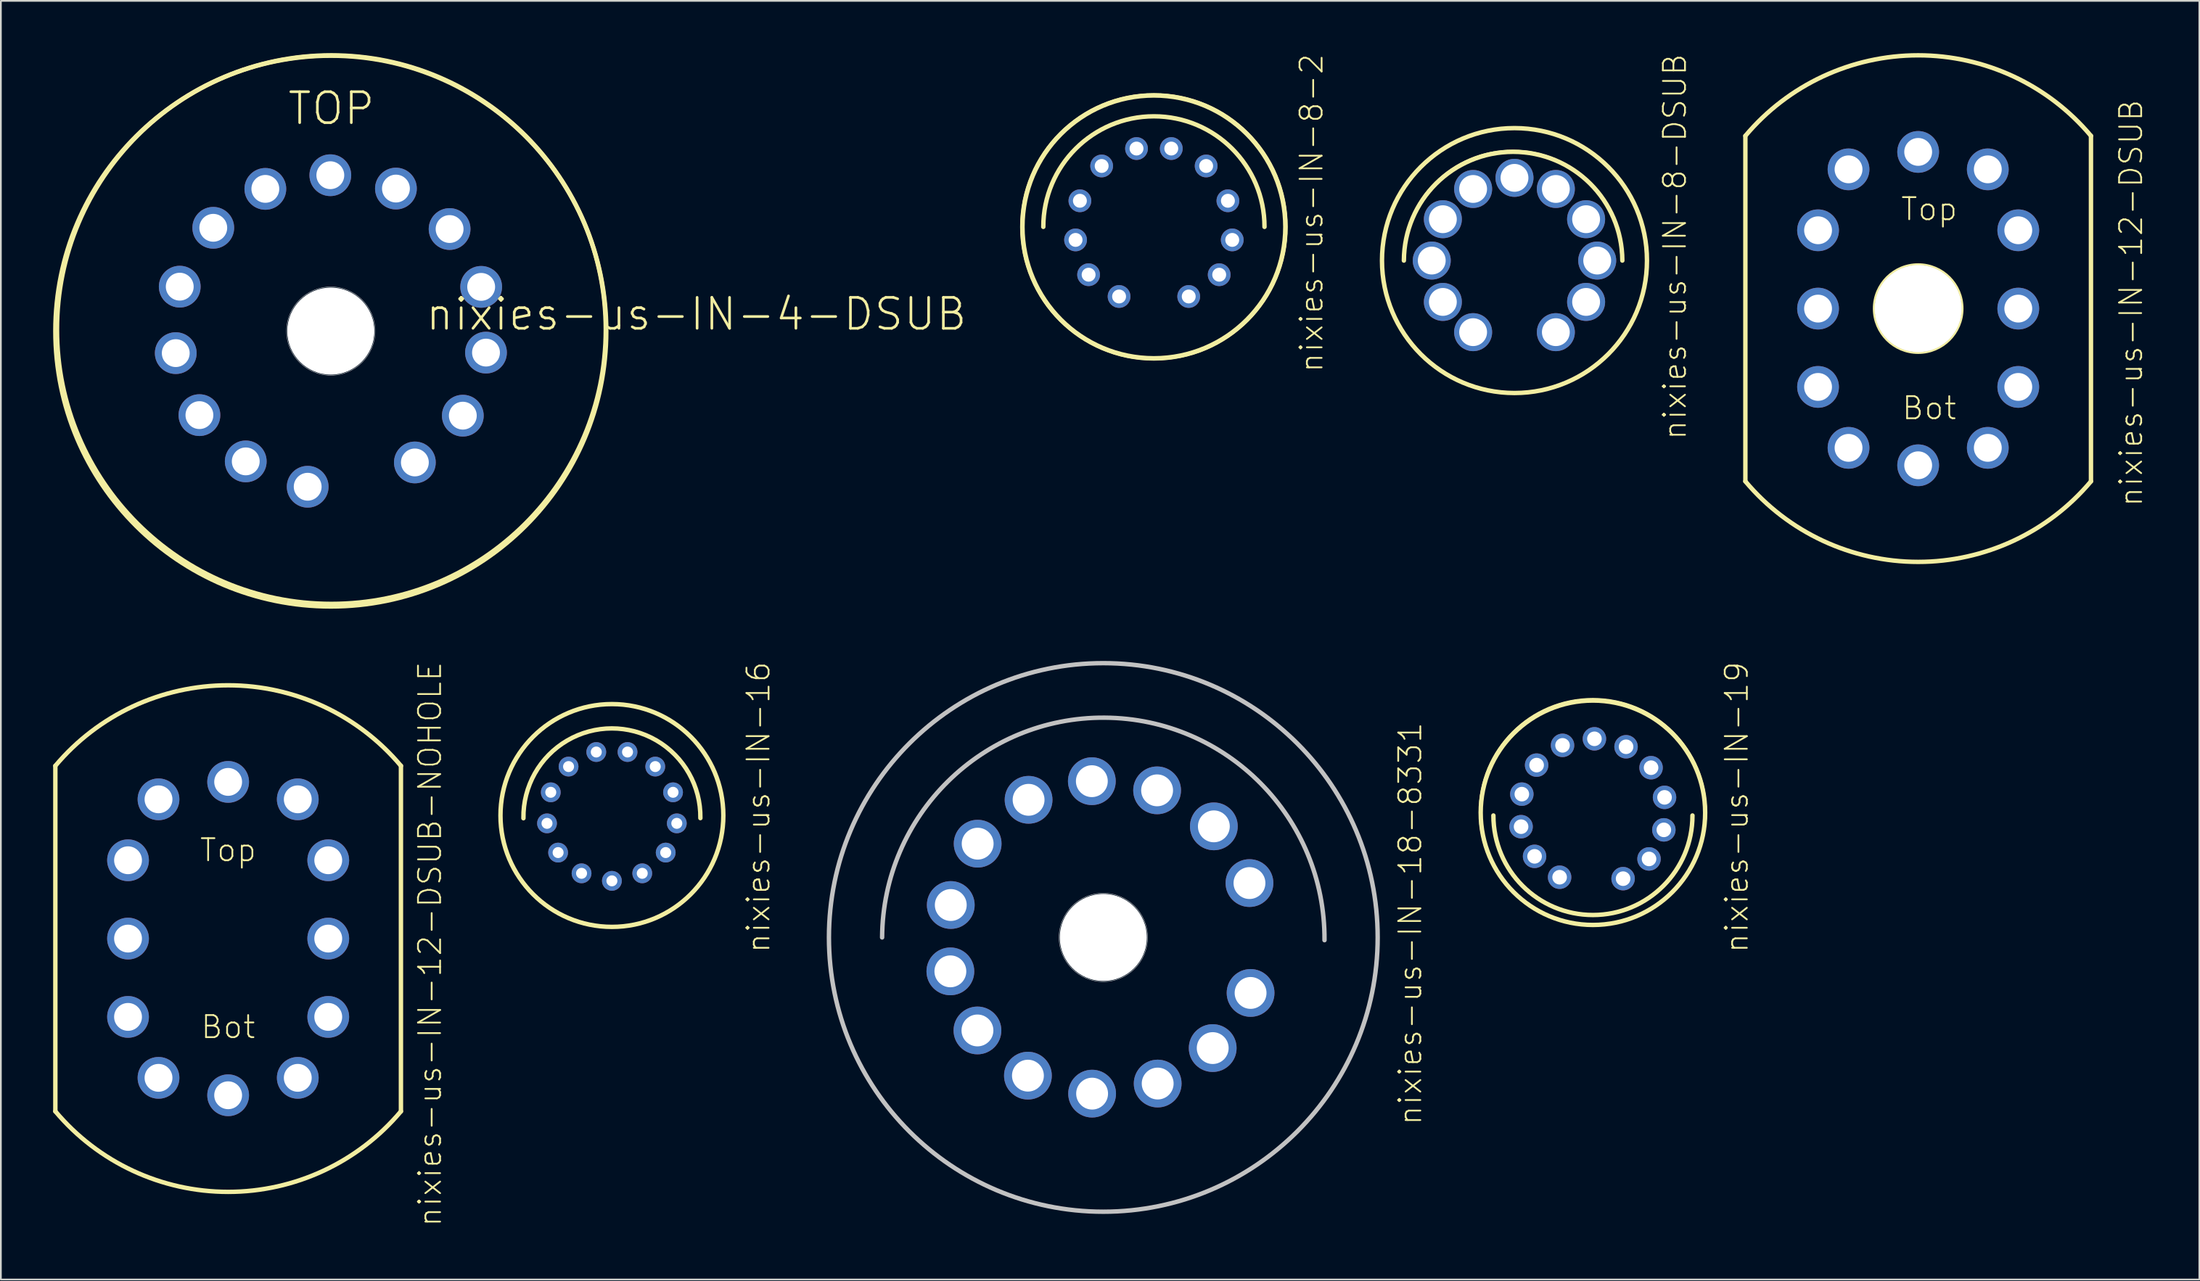
<source format=kicad_pcb>
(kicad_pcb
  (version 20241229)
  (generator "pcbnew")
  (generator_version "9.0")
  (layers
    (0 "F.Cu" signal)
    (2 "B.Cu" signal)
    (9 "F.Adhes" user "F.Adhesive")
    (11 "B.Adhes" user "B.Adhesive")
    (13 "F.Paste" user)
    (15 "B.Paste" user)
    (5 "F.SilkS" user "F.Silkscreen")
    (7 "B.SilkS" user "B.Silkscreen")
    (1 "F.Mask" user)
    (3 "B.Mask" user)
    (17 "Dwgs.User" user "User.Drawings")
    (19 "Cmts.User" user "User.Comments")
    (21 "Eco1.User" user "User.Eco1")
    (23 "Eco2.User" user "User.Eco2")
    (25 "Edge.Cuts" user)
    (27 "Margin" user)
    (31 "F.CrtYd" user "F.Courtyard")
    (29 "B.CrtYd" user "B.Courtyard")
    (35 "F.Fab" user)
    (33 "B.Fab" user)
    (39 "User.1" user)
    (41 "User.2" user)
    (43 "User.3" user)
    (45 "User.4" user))
  (footprint "nixies-us-IN-12-DSUB"
    (layer "F.Cu")
    (at 107.083 14.674)
    (property "Reference" "nixies-us-IN-12-DSUB" (at 12.222 -0.318 90) (unlocked yes) (layer "F.SilkS") (effects (font (size 1.27 1.27) (thickness 0.102))))
    (attr exclude_from_pos_files exclude_from_bom)
    (fp_line (start -9.921 9.921) (end -9.921 -9.921) (stroke (width 0.254) (type solid)) (layer "F.SilkS"))
    (fp_line (start 9.921 -9.921) (end 9.921 9.921) (stroke (width 0.254) (type solid)) (layer "F.SilkS"))
    (fp_arc (start -9.92124 -9.92124) (mid 0.000928 -14.547158) (end 9.922433 -9.919819) (stroke (width 0.254) (type solid)) (layer "F.SilkS"))
    (fp_arc (start 9.92124 9.92124) (mid -0.000928 14.547158) (end -9.922433 9.919819) (stroke (width 0.254) (type solid)) (layer "F.SilkS"))
    (fp_circle (center 0 0) (end 0 -2.54) (stroke (width 0.127) (type solid)) (fill no) (layer "F.SilkS"))
    (fp_text user "Top" (at 0.635 -5.715 0) (layer "F.SilkS") (effects (font (size 1.27 1.27) (thickness 0.102))))
    (fp_text user "Bot" (at 0.635 5.715 0) (layer "F.SilkS") (effects (font (size 1.27 1.27) (thickness 0.102))))
    (pad "" np_thru_hole circle (at 0 0) (size 4.999 4.999) (drill 4.999) (layers "*.Cu" "*.Mask"))
    (pad "0" thru_hole circle (at 5.748 4.498) (size 2.398 2.398) (drill 1.598) (layers "*.Cu" "*.Mask"))
    (pad "1" thru_hole circle (at -3.998 7.998) (size 2.398 2.398) (drill 1.598) (layers "*.Cu" "*.Mask"))
    (pad "2" thru_hole circle (at -5.748 4.498) (size 2.398 2.398) (drill 1.598) (layers "*.Cu" "*.Mask"))
    (pad "3" thru_hole circle (at -5.748 0) (size 2.398 2.398) (drill 1.598) (layers "*.Cu" "*.Mask"))
    (pad "4" thru_hole circle (at -5.748 -4.498) (size 2.398 2.398) (drill 1.598) (layers "*.Cu" "*.Mask"))
    (pad "5" thru_hole circle (at -3.998 -7.998) (size 2.398 2.398) (drill 1.598) (layers "*.Cu" "*.Mask"))
    (pad "6" thru_hole circle (at 0 -8.999) (size 2.398 2.398) (drill 1.598) (layers "*.Cu" "*.Mask"))
    (pad "7" thru_hole circle (at 3.998 -7.998) (size 2.398 2.398) (drill 1.598) (layers "*.Cu" "*.Mask"))
    (pad "8" thru_hole circle (at 5.748 -4.498) (size 2.398 2.398) (drill 1.598) (layers "*.Cu" "*.Mask"))
    (pad "9" thru_hole circle (at 5.748 0) (size 2.398 2.398) (drill 1.598) (layers "*.Cu" "*.Mask"))
    (pad "A" thru_hole circle (at 3.998 7.998) (size 2.398 2.398) (drill 1.598) (layers "*.Cu" "*.Mask"))
    (pad "LHDP" thru_hole circle (at 0 8.999) (size 2.398 2.398) (drill 1.598) (layers "*.Cu" "*.Mask")))
  (footprint "nixies-us-IN-4-DSUB"
    (layer "F.Cu")
    (at 15.977 15.88)
    (property "Reference" "nixies-us-IN-4-DSUB" (at 20.955 -0.889 0) (unlocked yes) (layer "F.SilkS") (effects (font (size 1.778 1.778) (thickness 0.152))))
    (attr exclude_from_pos_files exclude_from_bom)
    (fp_circle (center 0 0) (end 0 -2.54) (stroke (width 0.025) (type solid)) (fill no) (layer "F.Mask"))
    (fp_circle (center 0 0) (end 0 -1.27) (stroke (width 2.54) (type solid)) (fill no) (layer "F.Mask"))
    (fp_circle (center 0 0) (end 0 -1.27) (stroke (width 2.54) (type solid)) (fill no) (layer "B.Mask"))
    (fp_circle (center -0.033 0.086) (end -0.033 -15.73) (stroke (width 0.254) (type solid)) (fill no) (layer "F.SilkS"))
    (fp_circle (center 0 0) (end 0 -15.753) (stroke (width 0.254) (type solid)) (fill no) (layer "F.SilkS"))
    (fp_circle (center -0.033 0.086) (end -0.033 -2.454) (stroke (width 0.025) (type solid)) (fill no) (layer "Dwgs.User"))
    (fp_text user "TOP" (at 0 -12.7 0) (layer "F.SilkS") (effects (font (size 1.778 1.778) (thickness 0.152))))
    (pad "" np_thru_hole circle (at -0.033 0.086) (size 4.999 4.999) (drill 4.999) (layers "*.Cu" "*.Mask"))
    (pad "0" thru_hole circle (at -3.792 -8.082) (size 2.398 2.398) (drill 1.598) (layers "*.Cu" "*.Mask"))
    (pad "1" thru_hole circle (at -1.361 9.025) (size 2.398 2.398) (drill 1.598) (layers "*.Cu" "*.Mask"))
    (pad "2" thru_hole circle (at -6.782 -5.847) (size 2.398 2.398) (drill 1.598) (layers "*.Cu" "*.Mask"))
    (pad "3" thru_hole circle (at -8.936 1.351) (size 2.398 2.398) (drill 1.598) (layers "*.Cu" "*.Mask"))
    (pad "4" thru_hole circle (at 4.793 7.63) (size 2.398 2.398) (drill 1.598) (layers "*.Cu" "*.Mask"))
    (pad "5" thru_hole circle (at -7.577 4.912) (size 2.398 2.398) (drill 1.598) (layers "*.Cu" "*.Mask"))
    (pad "6" thru_hole circle (at 7.546 4.943) (size 2.398 2.398) (drill 1.598) (layers "*.Cu" "*.Mask"))
    (pad "7" thru_hole circle (at 3.706 -8.1) (size 2.398 2.398) (drill 1.598) (layers "*.Cu" "*.Mask"))
    (pad "8" thru_hole circle (at 8.877 1.321) (size 2.398 2.398) (drill 1.598) (layers "*.Cu" "*.Mask"))
    (pad "9" thru_hole circle (at 6.787 -5.776) (size 2.398 2.398) (drill 1.598) (layers "*.Cu" "*.Mask"))
    (pad "A1" thru_hole circle (at -4.917 7.569) (size 2.398 2.398) (drill 1.598) (layers "*.Cu" "*.Mask"))
    (pad "A2" thru_hole circle (at -8.707 -2.466) (size 2.398 2.398) (drill 1.598) (layers "*.Cu" "*.Mask"))
    (pad "A3" thru_hole circle (at 8.6 -2.454) (size 2.398 2.398) (drill 1.598) (layers "*.Cu" "*.Mask"))
    (pad "N/C" thru_hole circle (at -0.061 -8.867) (size 2.398 2.398) (drill 1.598) (layers "*.Cu" "*.Mask")))
  (footprint "nixies-us-IN-18-8331"
    (layer "F.Cu")
    (at 60.297 50.79)
    (property "Reference" "nixies-us-IN-18-8331" (at 17.62 -0.792 90) (unlocked yes) (layer "F.SilkS") (effects (font (size 1.27 1.27) (thickness 0.102))))
    (attr exclude_from_pos_files exclude_from_bom)
    (fp_circle (center 0 0) (end 0 -2.54) (stroke (width 0.025) (type solid)) (fill no) (layer "F.Mask"))
    (fp_circle (center 0 0) (end 0 -1.27) (stroke (width 2.54) (type solid)) (fill no) (layer "F.Mask"))
    (fp_circle (center 0 0) (end 0 -1.27) (stroke (width 2.54) (type solid)) (fill no) (layer "B.Mask"))
    (fp_arc (start -12.7 0) (mid 0.07874 -12.62126) (end 12.7 0.15748) (stroke (width 0.254) (type solid)) (layer "Dwgs.User"))
    (fp_circle (center 0 0) (end 0 -15.753) (stroke (width 0.254) (type solid)) (fill no) (layer "Dwgs.User"))
    (fp_circle (center 0 0) (end 0 -2.54) (stroke (width 0.025) (type solid)) (fill no) (layer "Dwgs.User"))
    (pad "" np_thru_hole circle (at 0 0) (size 4.999 4.999) (drill 4.999) (layers "*.Cu" "*.Mask"))
    (pad "0" thru_hole circle (at 6.281 6.355) (size 2.743 2.743) (drill 1.829) (layers "*.Cu" "*.Mask"))
    (pad "1" thru_hole circle (at -0.643 8.971) (size 2.743 2.743) (drill 1.829) (layers "*.Cu" "*.Mask"))
    (pad "2" thru_hole circle (at -4.328 7.938) (size 2.743 2.743) (drill 1.829) (layers "*.Cu" "*.Mask"))
    (pad "3" thru_hole circle (at -8.758 -1.862) (size 2.743 2.743) (drill 1.829) (layers "*.Cu" "*.Mask"))
    (pad "4" thru_hole circle (at 6.347 -6.38) (size 2.743 2.743) (drill 1.829) (layers "*.Cu" "*.Mask"))
    (pad "5" thru_hole circle (at 3.089 -8.448) (size 2.743 2.743) (drill 1.829) (layers "*.Cu" "*.Mask"))
    (pad "6" thru_hole circle (at -4.29 -7.904) (size 2.743 2.743) (drill 1.829) (layers "*.Cu" "*.Mask"))
    (pad "7" thru_hole circle (at -7.214 -5.385) (size 2.743 2.743) (drill 1.829) (layers "*.Cu" "*.Mask"))
    (pad "8" thru_hole circle (at -7.226 5.342) (size 2.743 2.743) (drill 1.829) (layers "*.Cu" "*.Mask"))
    (pad "9" thru_hole circle (at 8.456 3.188) (size 2.743 2.743) (drill 1.829) (layers "*.Cu" "*.Mask"))
    (pad "A" thru_hole circle (at -0.658 -8.974) (size 2.743 2.743) (drill 1.829) (layers "*.Cu" "*.Mask"))
    (pad "A2" thru_hole circle (at 3.122 8.392) (size 2.743 2.743) (drill 1.829) (layers "*.Cu" "*.Mask"))
    (pad "N/C" thru_hole circle (at 8.392 -3.122) (size 2.743 2.743) (drill 1.829) (layers "*.Cu" "*.Mask"))
    (pad "N/C2" thru_hole circle (at -8.781 1.948) (size 2.743 2.743) (drill 1.829) (layers "*.Cu" "*.Mask")))
  (footprint "nixies-us-IN-16"
    (layer "F.Cu")
    (at 32.083 43.786)
    (property "Reference" "nixies-us-IN-16" (at 8.412 -0.475 90) (unlocked yes) (layer "F.SilkS") (effects (font (size 1.27 1.27) (thickness 0.102))))
    (attr exclude_from_pos_files exclude_from_bom)
    (fp_arc (start -5.08 0.15748) (mid -0.003371 -5.001869) (end 5.0801 0.150739) (stroke (width 0.254) (type solid)) (layer "F.SilkS"))
    (fp_circle (center 0 0) (end 0 -6.398) (stroke (width 0.254) (type solid)) (fill no) (layer "F.SilkS"))
    (pad "0" thru_hole circle (at -1.742 3.322) (size 1.138 1.138) (drill 0.63) (layers "*.Cu" "*.Mask"))
    (pad "1" thru_hole circle (at 1.742 3.322) (size 1.138 1.138) (drill 0.63) (layers "*.Cu" "*.Mask"))
    (pad "2" thru_hole circle (at -2.489 -2.809) (size 1.138 1.138) (drill 0.63) (layers "*.Cu" "*.Mask"))
    (pad "3" thru_hole circle (at 3.726 0.452) (size 1.138 1.138) (drill 0.63) (layers "*.Cu" "*.Mask"))
    (pad "4" thru_hole circle (at 2.489 -2.809) (size 1.138 1.138) (drill 0.63) (layers "*.Cu" "*.Mask"))
    (pad "5" thru_hole circle (at 0.897 -3.645) (size 1.138 1.138) (drill 0.63) (layers "*.Cu" "*.Mask"))
    (pad "6" thru_hole circle (at -0.897 -3.645) (size 1.138 1.138) (drill 0.63) (layers "*.Cu" "*.Mask"))
    (pad "7" thru_hole circle (at 3.089 2.131) (size 1.138 1.138) (drill 0.63) (layers "*.Cu" "*.Mask"))
    (pad "8" thru_hole circle (at -3.726 0.452) (size 1.138 1.138) (drill 0.63) (layers "*.Cu" "*.Mask"))
    (pad "9" thru_hole circle (at -3.089 2.131) (size 1.138 1.138) (drill 0.63) (layers "*.Cu" "*.Mask"))
    (pad "A" thru_hole circle (at 0 3.754) (size 1.138 1.138) (drill 0.63) (layers "*.Cu" "*.Mask"))
    (pad "LHDP" thru_hole circle (at -3.51 -1.331) (size 1.138 1.138) (drill 0.63) (layers "*.Cu" "*.Mask"))
    (pad "RHDP" thru_hole circle (at 3.51 -1.331) (size 1.138 1.138) (drill 0.63) (layers "*.Cu" "*.Mask")))
  (footprint "nixies-us-IN-8-DSUB"
    (layer "F.Cu")
    (at 83.905 11.915)
    (property "Reference" "nixies-us-IN-8-DSUB" (at 9.207 -0.792 90) (unlocked yes) (layer "F.SilkS") (effects (font (size 1.27 1.27) (thickness 0.102))))
    (attr exclude_from_pos_files exclude_from_bom)
    (fp_arc (start -6.35762 -0.08636) (mid -0.094355 -6.319533) (end 6.144282 -0.06171) (stroke (width 0.127) (type solid)) (layer "F.SilkS"))
    (fp_arc (start -6.35 0) (mid -0.07874 -6.27126) (end 6.19252 0) (stroke (width 0.254) (type solid)) (layer "F.SilkS"))
    (fp_circle (center 0 0) (end 0 -7.62) (stroke (width 0.127) (type solid)) (fill no) (layer "F.SilkS"))
    (fp_circle (center 0 0) (end 0 -7.607) (stroke (width 0.254) (type solid)) (fill no) (layer "F.SilkS"))
    (pad "0" thru_hole circle (at -4.112 2.375) (size 2.182 2.182) (drill 1.598) (layers "*.Cu" "*.Mask"))
    (pad "1" thru_hole circle (at 2.375 4.112) (size 2.182 2.182) (drill 1.598) (layers "*.Cu" "*.Mask"))
    (pad "2" thru_hole circle (at 4.112 2.375) (size 2.182 2.182) (drill 1.598) (layers "*.Cu" "*.Mask"))
    (pad "3" thru_hole circle (at 4.75 0) (size 2.182 2.182) (drill 1.598) (layers "*.Cu" "*.Mask"))
    (pad "4" thru_hole circle (at 4.112 -2.375) (size 2.182 2.182) (drill 1.598) (layers "*.Cu" "*.Mask"))
    (pad "5" thru_hole circle (at 2.375 -4.112) (size 2.182 2.182) (drill 1.598) (layers "*.Cu" "*.Mask"))
    (pad "6" thru_hole circle (at 0 -4.75) (size 2.182 2.182) (drill 1.598) (layers "*.Cu" "*.Mask"))
    (pad "7" thru_hole circle (at -2.375 -4.112) (size 2.182 2.182) (drill 1.598) (layers "*.Cu" "*.Mask"))
    (pad "8" thru_hole circle (at -4.112 -2.375) (size 2.182 2.182) (drill 1.598) (layers "*.Cu" "*.Mask"))
    (pad "9" thru_hole circle (at -4.75 0) (size 2.182 2.182) (drill 1.598) (layers "*.Cu" "*.Mask"))
    (pad "A" thru_hole circle (at -2.375 4.112) (size 2.182 2.182) (drill 1.598) (layers "*.Cu" "*.Mask")))
  (footprint "nixies-us-IN-19"
    (layer "F.Cu")
    (at 88.409 43.629)
    (property "Reference" "nixies-us-IN-19" (at 8.255 -0.318 90) (unlocked yes) (layer "F.SilkS") (effects (font (size 1.27 1.27) (thickness 0.102))))
    (attr exclude_from_pos_files exclude_from_bom)
    (fp_arc (start 5.715 0.15748) (mid 0 5.87248) (end -5.715 0.15748) (stroke (width 0.15748) (type solid)) (layer "F.SilkS"))
    (fp_arc (start 5.715 0.15748) (mid 0 5.87248) (end -5.715 0.15748) (stroke (width 0.254) (type solid)) (layer "F.SilkS"))
    (fp_circle (center -0.005 -0.041) (end -0.005 -6.515) (stroke (width 0.157) (type solid)) (fill no) (layer "F.SilkS"))
    (fp_circle (center 0 0) (end 0 -6.444) (stroke (width 0.254) (type solid)) (fill no) (layer "F.SilkS"))
    (pad "2" thru_hole circle (at 1.732 3.785) (size 1.346 1.346) (drill 0.838) (layers "*.Cu" "*.Mask"))
    (pad "3" thru_hole circle (at 3.221 2.652) (size 1.346 1.346) (drill 0.838) (layers "*.Cu" "*.Mask"))
    (pad "4" thru_hole circle (at 4.072 0.983) (size 1.346 1.346) (drill 0.838) (layers "*.Cu" "*.Mask"))
    (pad "5" thru_hole circle (at 4.112 -0.884) (size 1.346 1.346) (drill 0.838) (layers "*.Cu" "*.Mask"))
    (pad "6" thru_hole circle (at 3.338 -2.588) (size 1.346 1.346) (drill 0.838) (layers "*.Cu" "*.Mask"))
    (pad "7" thru_hole circle (at 1.902 -3.79) (size 1.346 1.346) (drill 0.838) (layers "*.Cu" "*.Mask"))
    (pad "8" thru_hole circle (at 0.086 -4.247) (size 1.346 1.346) (drill 0.838) (layers "*.Cu" "*.Mask"))
    (pad "9" thru_hole circle (at -1.745 -3.871) (size 1.346 1.346) (drill 0.838) (layers "*.Cu" "*.Mask"))
    (pad "10" thru_hole circle (at -3.233 -2.736) (size 1.346 1.346) (drill 0.838) (layers "*.Cu" "*.Mask"))
    (pad "11" thru_hole circle (at -4.082 -1.069) (size 1.346 1.346) (drill 0.838) (layers "*.Cu" "*.Mask"))
    (pad "12" thru_hole circle (at -4.125 0.8) (size 1.346 1.346) (drill 0.838) (layers "*.Cu" "*.Mask"))
    (pad "13" thru_hole circle (at -3.35 2.504) (size 1.346 1.346) (drill 0.838) (layers "*.Cu" "*.Mask"))
    (pad "14" thru_hole circle (at -1.913 3.703) (size 1.346 1.346) (drill 0.838) (layers "*.Cu" "*.Mask")))
  (footprint "nixies-us-IN-8-2"
    (layer "F.Cu")
    (at 63.202 9.98)
    (property "Reference" "nixies-us-IN-8-2" (at 9.047 -0.792 90) (unlocked yes) (layer "F.SilkS") (effects (font (size 1.27 1.27) (thickness 0.102))))
    (attr exclude_from_pos_files exclude_from_bom)
    (fp_arc (start -6.35 0) (mid 0 -6.35) (end 6.35 0) (stroke (width 0.127) (type solid)) (layer "F.SilkS"))
    (fp_arc (start -6.35 0) (mid 0 -6.35) (end 6.35 0) (stroke (width 0.254) (type solid)) (layer "F.SilkS"))
    (fp_circle (center 0 0) (end 0 -7.62) (stroke (width 0.127) (type solid)) (fill no) (layer "F.SilkS"))
    (fp_circle (center 0 0) (end 0 -7.546) (stroke (width 0.254) (type solid)) (fill no) (layer "F.SilkS"))
    (pad "." thru_hole circle (at -3 -3.498) (size 1.306 1.306) (drill 0.798) (layers "*.Cu" "*.Mask"))
    (pad "0" thru_hole circle (at -3.749 2.748) (size 1.306 1.306) (drill 0.798) (layers "*.Cu" "*.Mask"))
    (pad "1" thru_hole circle (at 1.999 3.998) (size 1.306 1.306) (drill 0.798) (layers "*.Cu" "*.Mask"))
    (pad "2" thru_hole circle (at 3.749 2.748) (size 1.306 1.306) (drill 0.798) (layers "*.Cu" "*.Mask"))
    (pad "3" thru_hole circle (at 4.498 0.749) (size 1.306 1.306) (drill 0.798) (layers "*.Cu" "*.Mask"))
    (pad "4" thru_hole circle (at 4.249 -1.499) (size 1.306 1.306) (drill 0.798) (layers "*.Cu" "*.Mask"))
    (pad "5" thru_hole circle (at 3 -3.498) (size 1.306 1.306) (drill 0.798) (layers "*.Cu" "*.Mask"))
    (pad "6" thru_hole circle (at 0.998 -4.498) (size 1.306 1.306) (drill 0.798) (layers "*.Cu" "*.Mask"))
    (pad "7" thru_hole circle (at -0.998 -4.498) (size 1.306 1.306) (drill 0.798) (layers "*.Cu" "*.Mask"))
    (pad "8" thru_hole circle (at -4.249 -1.499) (size 1.306 1.306) (drill 0.798) (layers "*.Cu" "*.Mask"))
    (pad "9" thru_hole circle (at -4.498 0.749) (size 1.306 1.306) (drill 0.798) (layers "*.Cu" "*.Mask"))
    (pad "A" thru_hole circle (at -1.999 3.998) (size 1.306 1.306) (drill 0.798) (layers "*.Cu" "*.Mask")))
  (footprint "nixies-us-IN-12-DSUB-NOHOLE"
    (layer "F.Cu")
    (at 10.049 50.856)
    (property "Reference" "nixies-us-IN-12-DSUB-NOHOLE" (at 11.587 0.318 90) (unlocked yes) (layer "F.SilkS") (effects (font (size 1.27 1.27) (thickness 0.102))))
    (attr exclude_from_pos_files exclude_from_bom)
    (fp_line (start -9.921 9.921) (end -9.921 -9.921) (stroke (width 0.254) (type solid)) (layer "F.SilkS"))
    (fp_line (start 9.921 -9.921) (end 9.921 9.921) (stroke (width 0.254) (type solid)) (layer "F.SilkS"))
    (fp_arc (start -9.92124 -9.92124) (mid 0.000928 -14.547158) (end 9.922433 -9.919819) (stroke (width 0.254) (type solid)) (layer "F.SilkS"))
    (fp_arc (start 9.92124 9.92124) (mid -0.000928 14.547158) (end -9.922433 9.919819) (stroke (width 0.254) (type solid)) (layer "F.SilkS"))
    (fp_text user "Bot" (at 0 5.08 0) (layer "F.SilkS") (effects (font (size 1.27 1.27) (thickness 0.102))))
    (fp_text user "Top" (at 0 -5.08 0) (layer "F.SilkS") (effects (font (size 1.27 1.27) (thickness 0.102))))
    (pad "0" thru_hole circle (at 5.748 4.498) (size 2.398 2.398) (drill 1.598) (layers "*.Cu" "*.Mask"))
    (pad "1" thru_hole circle (at -3.998 7.998) (size 2.398 2.398) (drill 1.598) (layers "*.Cu" "*.Mask"))
    (pad "2" thru_hole circle (at -5.748 4.498) (size 2.398 2.398) (drill 1.598) (layers "*.Cu" "*.Mask"))
    (pad "3" thru_hole circle (at -5.748 0) (size 2.398 2.398) (drill 1.598) (layers "*.Cu" "*.Mask"))
    (pad "4" thru_hole circle (at -5.748 -4.498) (size 2.398 2.398) (drill 1.598) (layers "*.Cu" "*.Mask"))
    (pad "5" thru_hole circle (at -3.998 -7.998) (size 2.398 2.398) (drill 1.598) (layers "*.Cu" "*.Mask"))
    (pad "6" thru_hole circle (at 0 -8.999) (size 2.398 2.398) (drill 1.598) (layers "*.Cu" "*.Mask"))
    (pad "7" thru_hole circle (at 3.998 -7.998) (size 2.398 2.398) (drill 1.598) (layers "*.Cu" "*.Mask"))
    (pad "8" thru_hole circle (at 5.748 -4.498) (size 2.398 2.398) (drill 1.598) (layers "*.Cu" "*.Mask"))
    (pad "9" thru_hole circle (at 5.748 0) (size 2.398 2.398) (drill 1.598) (layers "*.Cu" "*.Mask"))
    (pad "A" thru_hole circle (at 3.998 7.998) (size 2.398 2.398) (drill 1.598) (layers "*.Cu" "*.Mask"))
    (pad "LHDP" thru_hole circle (at 0 8.999) (size 2.398 2.398) (drill 1.598) (layers "*.Cu" "*.Mask")))
  (gr_rect
    (start -3 -3)
    (end 123.227 70.437)
    (stroke (width 0.1) (type default))
    (fill no)
    (layer "Edge.Cuts")))
</source>
